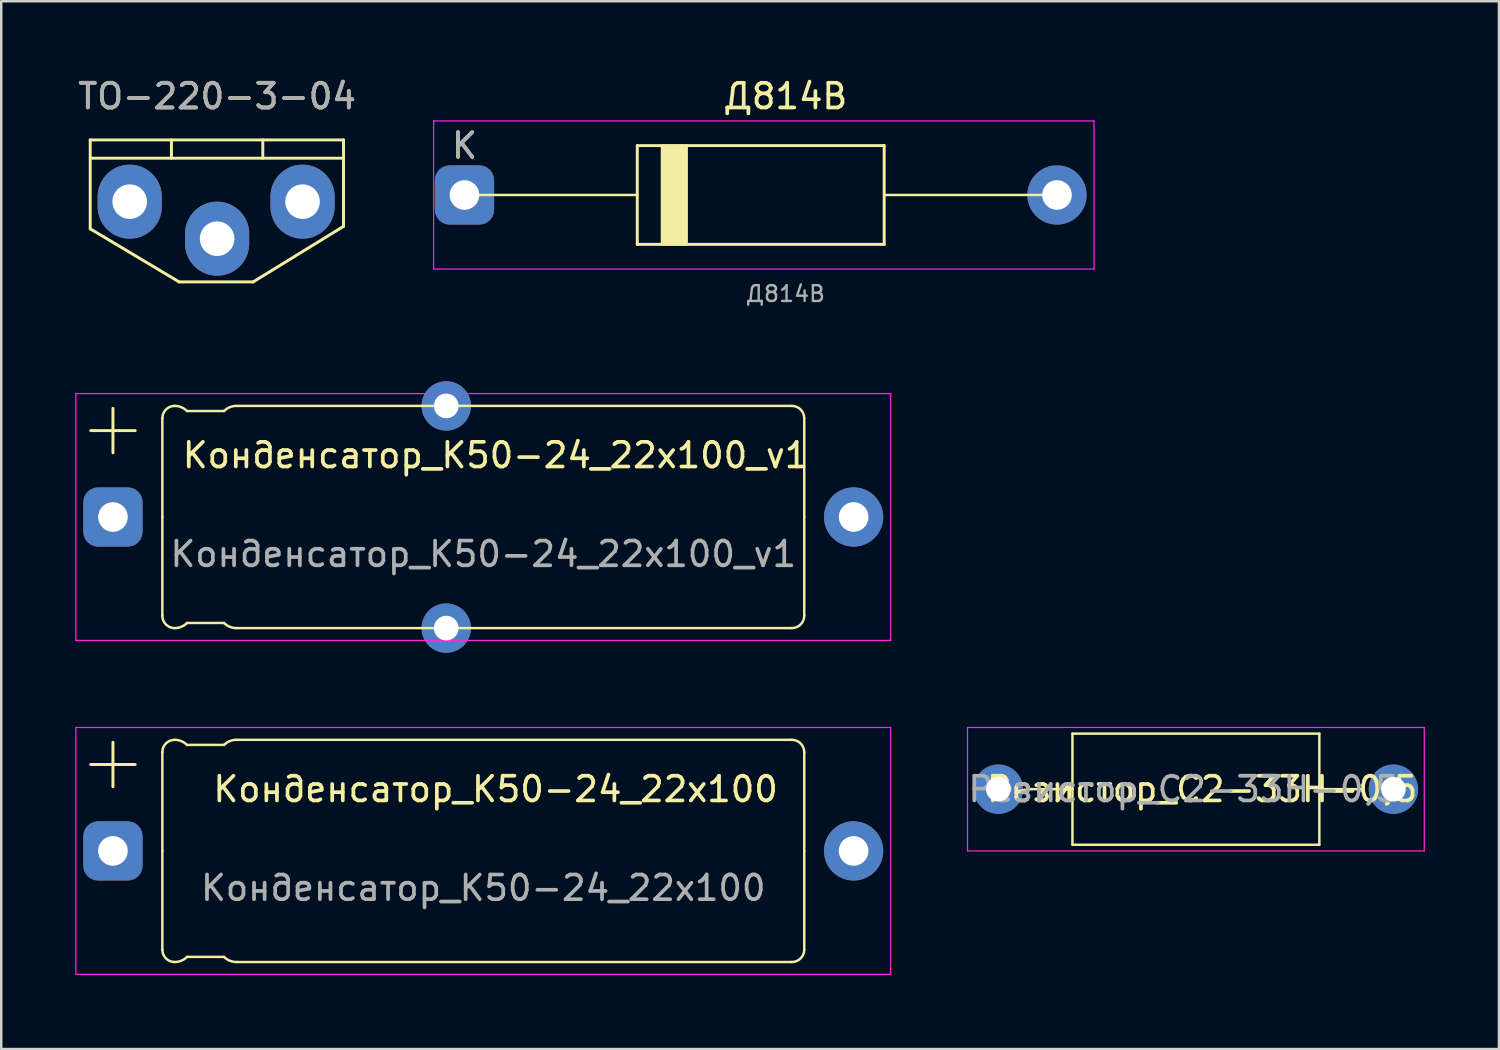
<source format=kicad_pcb>
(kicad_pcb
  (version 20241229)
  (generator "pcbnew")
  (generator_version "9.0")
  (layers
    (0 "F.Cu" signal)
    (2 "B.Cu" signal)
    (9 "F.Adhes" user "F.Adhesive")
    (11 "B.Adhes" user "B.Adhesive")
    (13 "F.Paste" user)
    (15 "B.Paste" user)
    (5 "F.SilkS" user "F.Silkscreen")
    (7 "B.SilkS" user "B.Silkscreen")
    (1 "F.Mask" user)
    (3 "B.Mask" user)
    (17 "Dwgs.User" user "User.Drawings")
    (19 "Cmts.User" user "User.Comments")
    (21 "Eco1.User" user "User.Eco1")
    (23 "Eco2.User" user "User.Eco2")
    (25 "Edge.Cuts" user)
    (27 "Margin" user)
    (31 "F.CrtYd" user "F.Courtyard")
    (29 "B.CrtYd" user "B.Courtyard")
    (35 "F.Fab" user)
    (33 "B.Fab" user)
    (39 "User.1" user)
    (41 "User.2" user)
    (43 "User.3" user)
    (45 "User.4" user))
  (footprint "Д814В"
    (layer "F.Cu")
    (at 15.763 4.848)
    (property "Reference" "Д814В" (at 13 -4 0) (layer "F.SilkS") (effects (font (size 1 1) (thickness 0.15))))
    (attr through_hole)
    (fp_line (start 7 -2) (end 7 2) (stroke (width 0.12) (type solid)) (layer "F.SilkS"))
    (fp_line (start 7 0) (end 0 0) (stroke (width 0.1) (type default)) (layer "F.SilkS"))
    (fp_line (start 7 2) (end 17 2) (stroke (width 0.12) (type solid)) (layer "F.SilkS"))
    (fp_line (start 17 -2) (end 7 -2) (stroke (width 0.12) (type solid)) (layer "F.SilkS"))
    (fp_line (start 17 2) (end 17 -2) (stroke (width 0.12) (type solid)) (layer "F.SilkS"))
    (fp_line (start 24 0) (end 17 0) (stroke (width 0.1) (type default)) (layer "F.SilkS"))
    (fp_rect (start 8 -2) (end 9 2) (stroke (width 0.1) (type solid)) (fill yes) (layer "F.SilkS"))
    (fp_line (start -1.25 -3) (end -1.25 3) (stroke (width 0.05) (type solid)) (layer "F.CrtYd"))
    (fp_line (start -1.25 3) (end 25.5 3) (stroke (width 0.05) (type solid)) (layer "F.CrtYd"))
    (fp_line (start 25.5 -3) (end -1.25 -3) (stroke (width 0.05) (type solid)) (layer "F.CrtYd"))
    (fp_line (start 25.5 3) (end 25.5 -3) (stroke (width 0.05) (type solid)) (layer "F.CrtYd"))
    (fp_text user "K" (at 0 -2 0) (layer "F.SilkS") (effects (font (size 1 1) (thickness 0.15))))
    (fp_text user "${REFERENCE}" (at 13 4 0) (layer "F.Fab") (effects (font (size 0.64 0.64) (thickness 0.096))))
    (fp_text user "K" (at 0 -2 0) (layer "F.Fab") (effects (font (size 1 1) (thickness 0.15))))
    (pad "1" thru_hole roundrect (at 0 0) (size 2.4 2.4) (drill 1.2) (layers "*.Cu" "*.Mask") (roundrect_rratio 0.25))
    (pad "2" thru_hole oval (at 24 0) (size 2.4 2.4) (drill 1.2) (layers "*.Cu" "*.Mask")))
  (footprint "Резистор_С2-33Н-0,5"
    (layer "F.Cu")
    (at 37.389 28.916)
    (property "Reference" "Резистор_С2-33Н-0,5" (at 8.25 0 0) (layer "F.SilkS") (effects (font (size 1 1) (thickness 0.15))))
    (attr through_hole)
    (fp_line (start 3 -2.25) (end 13 -2.25) (stroke (width 0.1) (type default)) (layer "F.SilkS"))
    (fp_line (start 3 0) (end 1.25 0) (stroke (width 0.1) (type default)) (layer "F.SilkS"))
    (fp_line (start 3 0) (end 3 -2.25) (stroke (width 0.1) (type default)) (layer "F.SilkS"))
    (fp_line (start 3 2.25) (end 3 0) (stroke (width 0.1) (type default)) (layer "F.SilkS"))
    (fp_line (start 3 2.25) (end 13 2.25) (stroke (width 0.1) (type default)) (layer "F.SilkS"))
    (fp_line (start 13 0) (end 13 -2.25) (stroke (width 0.1) (type default)) (layer "F.SilkS"))
    (fp_line (start 13 2.25) (end 13 0) (stroke (width 0.1) (type default)) (layer "F.SilkS"))
    (fp_line (start 14.75 0) (end 13 0) (stroke (width 0.1) (type default)) (layer "F.SilkS"))
    (fp_line (start -1.25 -2.5) (end -1.25 2.5) (stroke (width 0.05) (type solid)) (layer "F.CrtYd"))
    (fp_line (start -1.25 2.5) (end 17.25 2.5) (stroke (width 0.05) (type solid)) (layer "F.CrtYd"))
    (fp_line (start 17.25 -2.5) (end -1.25 -2.5) (stroke (width 0.05) (type solid)) (layer "F.CrtYd"))
    (fp_line (start 17.25 2.5) (end 17.25 -2.5) (stroke (width 0.05) (type solid)) (layer "F.CrtYd"))
    (fp_text user "${REFERENCE}" (at 7.5 0 0) (layer "F.Fab") (effects (font (size 1 1) (thickness 0.15))))
    (pad "1" thru_hole circle (at 0 0) (size 2 2) (drill 1) (layers "*.Cu" "*.Mask"))
    (pad "2" thru_hole circle (at 16 0) (size 2 2) (drill 1) (layers "*.Cu" "*.Mask")))
  (footprint "TO-220-3-04"
    (layer "F.Cu")
    (at 3.204 5.118)
    (property "Reference" "TO-220-3-04" (at 2.54 -4.27 0) (layer "F.SilkS") (effects (font (size 1 1) (thickness 0.15))))
    (attr through_hole)
    (fp_line (start -2.6 -2.5) (end -2.6 1.1) (stroke (width 0.12) (type solid)) (layer "F.SilkS"))
    (fp_line (start -2.6 -2.5) (end 7.66 -2.5) (stroke (width 0.12) (type solid)) (layer "F.SilkS"))
    (fp_line (start -2.6 1.1) (end 1 3.25) (stroke (width 0.12) (type default)) (layer "F.SilkS"))
    (fp_line (start -2.58 -1.76) (end 7.66 -1.76) (stroke (width 0.12) (type solid)) (layer "F.SilkS"))
    (fp_line (start 0.69 -2.5) (end 0.69 -1.76) (stroke (width 0.12) (type solid)) (layer "F.SilkS"))
    (fp_line (start 1 3.25) (end 4 3.25) (stroke (width 0.12) (type solid)) (layer "F.SilkS"))
    (fp_line (start 4.391 -2.5) (end 4.391 -1.76) (stroke (width 0.12) (type solid)) (layer "F.SilkS"))
    (fp_line (start 7.66 -2.5) (end 7.66 1) (stroke (width 0.12) (type solid)) (layer "F.SilkS"))
    (fp_line (start 7.66 1) (end 4 3.25) (stroke (width 0.12) (type default)) (layer "F.SilkS"))
    (fp_text user "${REFERENCE}" (at 2.54 -4.27 0) (layer "F.Fab") (effects (font (size 1 1) (thickness 0.15))))
    (pad "1" thru_hole oval (at -1 0) (size 2.6 3) (drill 1.4) (layers "*.Cu" "*.Mask"))
    (pad "2" thru_hole oval (at 2.54 1.5) (size 2.6 3) (drill 1.4) (layers "*.Cu" "*.Mask"))
    (pad "3" thru_hole oval (at 6 0) (size 2.6 3) (drill 1.4) (layers "*.Cu" "*.Mask")))
  (footprint "Конденсатор_К50-24_22х100"
    (layer "F.Cu")
    (at 1.525 31.416)
    (property "Reference" "Конденсатор_К50-24_22х100" (at 15.5 -2.5 0) (layer "F.SilkS") (effects (font (size 1 1) (thickness 0.15))))
    (attr through_hole)
    (fp_line (start -0.9 -3.5) (end 0.9 -3.5) (stroke (width 0.12) (type solid)) (layer "F.SilkS"))
    (fp_line (start 0 -4.4) (end 0 -2.6) (stroke (width 0.12) (type solid)) (layer "F.SilkS"))
    (fp_line (start 2 0) (end 2 -4) (stroke (width 0.1) (type default)) (layer "F.SilkS"))
    (fp_line (start 2 4) (end 2 0) (stroke (width 0.1) (type default)) (layer "F.SilkS"))
    (fp_line (start 3 -4.293) (end 4.5 -4.293) (stroke (width 0.1) (type default)) (layer "F.SilkS"))
    (fp_line (start 3 4.293) (end 4.5 4.293) (stroke (width 0.1) (type default)) (layer "F.SilkS"))
    (fp_line (start 5 -4.5) (end 27.5 -4.5) (stroke (width 0.1) (type default)) (layer "F.SilkS"))
    (fp_line (start 5 4.5) (end 27.5 4.5) (stroke (width 0.1) (type default)) (layer "F.SilkS"))
    (fp_line (start 28 0) (end 28 -4) (stroke (width 0.1) (type default)) (layer "F.SilkS"))
    (fp_line (start 28 4) (end 28 0) (stroke (width 0.1) (type default)) (layer "F.SilkS"))
    (fp_arc (start 2 -4) (mid 2.146447 -4.353553) (end 2.5 -4.5) (stroke (width 0.1) (type default)) (layer "F.SilkS"))
    (fp_arc (start 2.5 -4.5) (mid 2.770598 -4.446175) (end 2.999999 -4.292893) (stroke (width 0.1) (type default)) (layer "F.SilkS"))
    (fp_arc (start 2.5 4.5) (mid 2.146447 4.353553) (end 2 4) (stroke (width 0.1) (type default)) (layer "F.SilkS"))
    (fp_arc (start 2.999999 4.292893) (mid 2.770598 4.446174) (end 2.5 4.5) (stroke (width 0.1) (type default)) (layer "F.SilkS"))
    (fp_arc (start 4.500001 -4.292893) (mid 4.729402 -4.446174) (end 5 -4.5) (stroke (width 0.1) (type default)) (layer "F.SilkS"))
    (fp_arc (start 4.999999 4.5) (mid 4.729401 4.446175) (end 4.5 4.292893) (stroke (width 0.1) (type default)) (layer "F.SilkS"))
    (fp_arc (start 27.5 -4.5) (mid 27.853553 -4.353553) (end 28 -4) (stroke (width 0.1) (type default)) (layer "F.SilkS"))
    (fp_arc (start 28 4) (mid 27.853553 4.353553) (end 27.5 4.5) (stroke (width 0.1) (type default)) (layer "F.SilkS"))
    (fp_line (start -1.5 -5) (end -1.5 5) (stroke (width 0.05) (type solid)) (layer "F.CrtYd"))
    (fp_line (start -1.5 -5) (end 31.5 -5) (stroke (width 0.05) (type default)) (layer "F.CrtYd"))
    (fp_line (start 31.5 -5) (end 31.5 5) (stroke (width 0.05) (type default)) (layer "F.CrtYd"))
    (fp_line (start 31.5 5) (end -1.5 5) (stroke (width 0.05) (type default)) (layer "F.CrtYd"))
    (fp_text user "${REFERENCE}" (at 15 1.5 0) (layer "F.Fab") (effects (font (size 1 1) (thickness 0.15))))
    (pad "1" thru_hole roundrect (at 0 0) (size 2.4 2.4) (drill 1.2) (layers "*.Cu" "*.Mask") (roundrect_rratio 0.25))
    (pad "2" thru_hole oval (at 30 0) (size 2.4 2.4) (drill 1.2) (layers "*.Cu" "*.Mask")))
  (footprint "Конденсатор_К50-24_22х100_v1"
    (layer "F.Cu")
    (at 1.525 17.891)
    (property "Reference" "Конденсатор_К50-24_22х100_v1" (at 15.5 -2.5 0) (layer "F.SilkS") (effects (font (size 1 1) (thickness 0.15))))
    (attr through_hole)
    (fp_line (start -0.9 -3.5) (end 0.9 -3.5) (stroke (width 0.12) (type solid)) (layer "F.SilkS"))
    (fp_line (start 0 -4.4) (end 0 -2.6) (stroke (width 0.12) (type solid)) (layer "F.SilkS"))
    (fp_line (start 2 0) (end 2 -4) (stroke (width 0.1) (type default)) (layer "F.SilkS"))
    (fp_line (start 2 4) (end 2 0) (stroke (width 0.1) (type default)) (layer "F.SilkS"))
    (fp_line (start 3 -4.293) (end 4.5 -4.293) (stroke (width 0.1) (type default)) (layer "F.SilkS"))
    (fp_line (start 3 4.293) (end 4.5 4.293) (stroke (width 0.1) (type default)) (layer "F.SilkS"))
    (fp_line (start 5 -4.5) (end 27.5 -4.5) (stroke (width 0.1) (type default)) (layer "F.SilkS"))
    (fp_line (start 5 4.5) (end 27.5 4.5) (stroke (width 0.1) (type default)) (layer "F.SilkS"))
    (fp_line (start 28 0) (end 28 -4) (stroke (width 0.1) (type default)) (layer "F.SilkS"))
    (fp_line (start 28 4) (end 28 0) (stroke (width 0.1) (type default)) (layer "F.SilkS"))
    (fp_arc (start 2 -4) (mid 2.146447 -4.353553) (end 2.5 -4.5) (stroke (width 0.1) (type default)) (layer "F.SilkS"))
    (fp_arc (start 2.5 -4.5) (mid 2.770598 -4.446175) (end 2.999999 -4.292893) (stroke (width 0.1) (type default)) (layer "F.SilkS"))
    (fp_arc (start 2.5 4.5) (mid 2.146447 4.353553) (end 2 4) (stroke (width 0.1) (type default)) (layer "F.SilkS"))
    (fp_arc (start 2.999999 4.292893) (mid 2.770598 4.446174) (end 2.5 4.5) (stroke (width 0.1) (type default)) (layer "F.SilkS"))
    (fp_arc (start 4.500001 -4.292893) (mid 4.729402 -4.446174) (end 5 -4.5) (stroke (width 0.1) (type default)) (layer "F.SilkS"))
    (fp_arc (start 4.999999 4.5) (mid 4.729401 4.446175) (end 4.5 4.292893) (stroke (width 0.1) (type default)) (layer "F.SilkS"))
    (fp_arc (start 27.5 -4.5) (mid 27.853553 -4.353553) (end 28 -4) (stroke (width 0.1) (type default)) (layer "F.SilkS"))
    (fp_arc (start 28 4) (mid 27.853553 4.353553) (end 27.5 4.5) (stroke (width 0.1) (type default)) (layer "F.SilkS"))
    (fp_line (start -1.5 -5) (end -1.5 5) (stroke (width 0.05) (type solid)) (layer "F.CrtYd"))
    (fp_line (start -1.5 -5) (end 31.5 -5) (stroke (width 0.05) (type default)) (layer "F.CrtYd"))
    (fp_line (start 31.5 -5) (end 31.5 5) (stroke (width 0.05) (type default)) (layer "F.CrtYd"))
    (fp_line (start 31.5 5) (end -1.5 5) (stroke (width 0.05) (type default)) (layer "F.CrtYd"))
    (fp_text user "${REFERENCE}" (at 15 1.5 0) (layer "F.Fab") (effects (font (size 1 1) (thickness 0.15))))
    (pad "1" thru_hole roundrect (at 0 0) (size 2.4 2.4) (drill 1.2) (layers "*.Cu" "*.Mask") (roundrect_rratio 0.25))
    (pad "2" thru_hole oval (at 30 0) (size 2.4 2.4) (drill 1.2) (layers "*.Cu" "*.Mask"))
    (pad "~" thru_hole circle (at 13.5 -4.5) (size 2 2) (drill 1) (layers "*.Cu" "*.Mask"))
    (pad "~" thru_hole circle (at 13.5 4.5) (size 2 2) (drill 1) (layers "*.Cu" "*.Mask")))
  (gr_rect
    (start -3 -3)
    (end 57.664 39.441)
    (stroke (width 0.1) (type default))
    (fill no)
    (layer "Edge.Cuts")))
</source>
